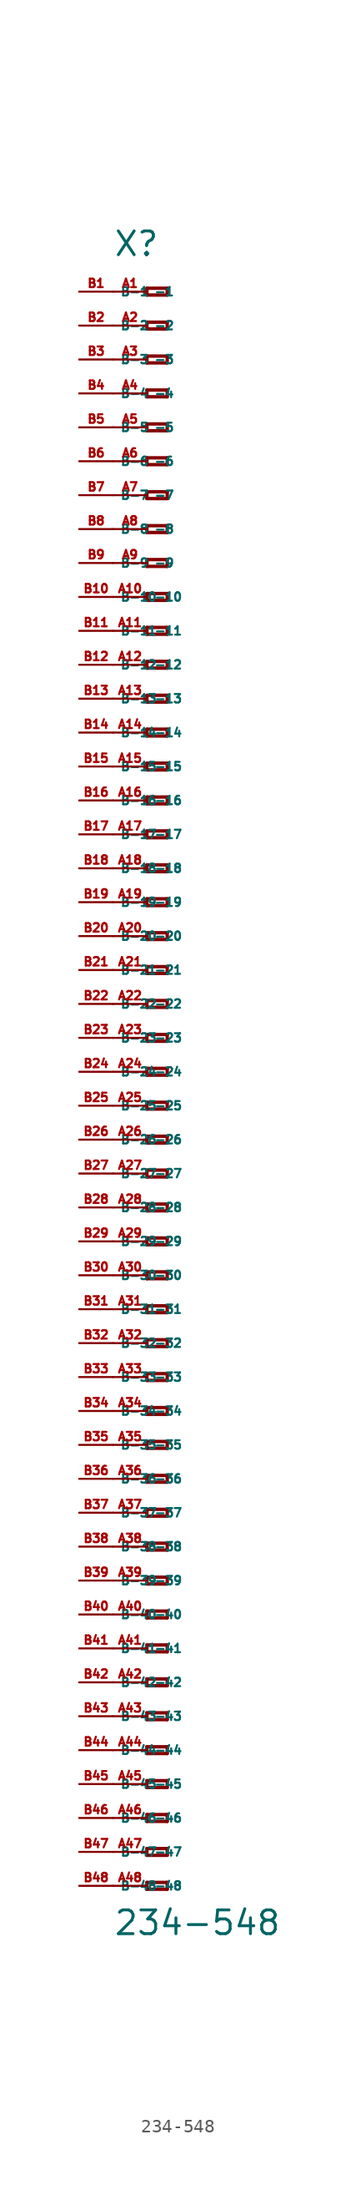
<source format=kicad_sym>
(kicad_symbol_lib
  (version 20220914)
  (generator Eagle2Kicad)
  (symbol "234-548"
    (property "Reference" "X"
      (at -5.08 60.96 0)
      (effects (font (size 1.778 1.778) (thickness 0.22)) (justify left bottom)))
    (property "Value" "234-548"
      (at -5.08 -64.77 0)
      (effects (font (size 1.778 1.778) (thickness 0.22)) (justify left bottom)))
    (polyline
      (pts (xy -2.54 58.674) (xy -2.54 58.166))
      (stroke (width 0.254) (type default))
      (fill (type none)))
    (polyline
      (pts (xy -2.54 58.166) (xy -1.016 58.166))
      (stroke (width 0.254) (type default))
      (fill (type none)))
    (polyline
      (pts (xy -1.016 58.166) (xy -1.016 58.674))
      (stroke (width 0.254) (type default))
      (fill (type none)))
    (polyline
      (pts (xy -1.016 58.674) (xy -2.54 58.674))
      (stroke (width 0.254) (type default))
      (fill (type none)))
    (polyline
      (pts (xy -2.54 56.134) (xy -2.54 55.626))
      (stroke (width 0.254) (type default))
      (fill (type none)))
    (polyline
      (pts (xy -2.54 55.626) (xy -1.016 55.626))
      (stroke (width 0.254) (type default))
      (fill (type none)))
    (polyline
      (pts (xy -1.016 55.626) (xy -1.016 56.134))
      (stroke (width 0.254) (type default))
      (fill (type none)))
    (polyline
      (pts (xy -1.016 56.134) (xy -2.54 56.134))
      (stroke (width 0.254) (type default))
      (fill (type none)))
    (polyline
      (pts (xy -2.54 53.594) (xy -2.54 53.086))
      (stroke (width 0.254) (type default))
      (fill (type none)))
    (polyline
      (pts (xy -2.54 53.086) (xy -1.016 53.086))
      (stroke (width 0.254) (type default))
      (fill (type none)))
    (polyline
      (pts (xy -1.016 53.086) (xy -1.016 53.594))
      (stroke (width 0.254) (type default))
      (fill (type none)))
    (polyline
      (pts (xy -1.016 53.594) (xy -2.54 53.594))
      (stroke (width 0.254) (type default))
      (fill (type none)))
    (polyline
      (pts (xy -2.54 51.054) (xy -2.54 50.546))
      (stroke (width 0.254) (type default))
      (fill (type none)))
    (polyline
      (pts (xy -2.54 50.546) (xy -1.016 50.546))
      (stroke (width 0.254) (type default))
      (fill (type none)))
    (polyline
      (pts (xy -1.016 50.546) (xy -1.016 51.054))
      (stroke (width 0.254) (type default))
      (fill (type none)))
    (polyline
      (pts (xy -1.016 51.054) (xy -2.54 51.054))
      (stroke (width 0.254) (type default))
      (fill (type none)))
    (polyline
      (pts (xy -2.54 48.514) (xy -2.54 48.006))
      (stroke (width 0.254) (type default))
      (fill (type none)))
    (polyline
      (pts (xy -2.54 48.006) (xy -1.016 48.006))
      (stroke (width 0.254) (type default))
      (fill (type none)))
    (polyline
      (pts (xy -1.016 48.006) (xy -1.016 48.514))
      (stroke (width 0.254) (type default))
      (fill (type none)))
    (polyline
      (pts (xy -1.016 48.514) (xy -2.54 48.514))
      (stroke (width 0.254) (type default))
      (fill (type none)))
    (polyline
      (pts (xy -2.54 45.974) (xy -2.54 45.466))
      (stroke (width 0.254) (type default))
      (fill (type none)))
    (polyline
      (pts (xy -2.54 45.466) (xy -1.016 45.466))
      (stroke (width 0.254) (type default))
      (fill (type none)))
    (polyline
      (pts (xy -1.016 45.466) (xy -1.016 45.974))
      (stroke (width 0.254) (type default))
      (fill (type none)))
    (polyline
      (pts (xy -1.016 45.974) (xy -2.54 45.974))
      (stroke (width 0.254) (type default))
      (fill (type none)))
    (polyline
      (pts (xy -2.54 43.434) (xy -2.54 42.926))
      (stroke (width 0.254) (type default))
      (fill (type none)))
    (polyline
      (pts (xy -2.54 42.926) (xy -1.016 42.926))
      (stroke (width 0.254) (type default))
      (fill (type none)))
    (polyline
      (pts (xy -1.016 42.926) (xy -1.016 43.434))
      (stroke (width 0.254) (type default))
      (fill (type none)))
    (polyline
      (pts (xy -1.016 43.434) (xy -2.54 43.434))
      (stroke (width 0.254) (type default))
      (fill (type none)))
    (polyline
      (pts (xy -2.54 40.894) (xy -2.54 40.386))
      (stroke (width 0.254) (type default))
      (fill (type none)))
    (polyline
      (pts (xy -2.54 40.386) (xy -1.016 40.386))
      (stroke (width 0.254) (type default))
      (fill (type none)))
    (polyline
      (pts (xy -1.016 40.386) (xy -1.016 40.894))
      (stroke (width 0.254) (type default))
      (fill (type none)))
    (polyline
      (pts (xy -1.016 40.894) (xy -2.54 40.894))
      (stroke (width 0.254) (type default))
      (fill (type none)))
    (polyline
      (pts (xy -2.54 38.354) (xy -2.54 37.846))
      (stroke (width 0.254) (type default))
      (fill (type none)))
    (polyline
      (pts (xy -2.54 37.846) (xy -1.016 37.846))
      (stroke (width 0.254) (type default))
      (fill (type none)))
    (polyline
      (pts (xy -1.016 37.846) (xy -1.016 38.354))
      (stroke (width 0.254) (type default))
      (fill (type none)))
    (polyline
      (pts (xy -1.016 38.354) (xy -2.54 38.354))
      (stroke (width 0.254) (type default))
      (fill (type none)))
    (polyline
      (pts (xy -2.54 35.814) (xy -2.54 35.306))
      (stroke (width 0.254) (type default))
      (fill (type none)))
    (polyline
      (pts (xy -2.54 35.306) (xy -1.016 35.306))
      (stroke (width 0.254) (type default))
      (fill (type none)))
    (polyline
      (pts (xy -1.016 35.306) (xy -1.016 35.814))
      (stroke (width 0.254) (type default))
      (fill (type none)))
    (polyline
      (pts (xy -1.016 35.814) (xy -2.54 35.814))
      (stroke (width 0.254) (type default))
      (fill (type none)))
    (polyline
      (pts (xy -2.54 33.274) (xy -2.54 32.766))
      (stroke (width 0.254) (type default))
      (fill (type none)))
    (polyline
      (pts (xy -2.54 32.766) (xy -1.016 32.766))
      (stroke (width 0.254) (type default))
      (fill (type none)))
    (polyline
      (pts (xy -1.016 32.766) (xy -1.016 33.274))
      (stroke (width 0.254) (type default))
      (fill (type none)))
    (polyline
      (pts (xy -1.016 33.274) (xy -2.54 33.274))
      (stroke (width 0.254) (type default))
      (fill (type none)))
    (polyline
      (pts (xy -2.54 30.734) (xy -2.54 30.226))
      (stroke (width 0.254) (type default))
      (fill (type none)))
    (polyline
      (pts (xy -2.54 30.226) (xy -1.016 30.226))
      (stroke (width 0.254) (type default))
      (fill (type none)))
    (polyline
      (pts (xy -1.016 30.226) (xy -1.016 30.734))
      (stroke (width 0.254) (type default))
      (fill (type none)))
    (polyline
      (pts (xy -1.016 30.734) (xy -2.54 30.734))
      (stroke (width 0.254) (type default))
      (fill (type none)))
    (polyline
      (pts (xy -2.54 28.194) (xy -2.54 27.686))
      (stroke (width 0.254) (type default))
      (fill (type none)))
    (polyline
      (pts (xy -2.54 27.686) (xy -1.016 27.686))
      (stroke (width 0.254) (type default))
      (fill (type none)))
    (polyline
      (pts (xy -1.016 27.686) (xy -1.016 28.194))
      (stroke (width 0.254) (type default))
      (fill (type none)))
    (polyline
      (pts (xy -1.016 28.194) (xy -2.54 28.194))
      (stroke (width 0.254) (type default))
      (fill (type none)))
    (polyline
      (pts (xy -2.54 25.654) (xy -2.54 25.146))
      (stroke (width 0.254) (type default))
      (fill (type none)))
    (polyline
      (pts (xy -2.54 25.146) (xy -1.016 25.146))
      (stroke (width 0.254) (type default))
      (fill (type none)))
    (polyline
      (pts (xy -1.016 25.146) (xy -1.016 25.654))
      (stroke (width 0.254) (type default))
      (fill (type none)))
    (polyline
      (pts (xy -1.016 25.654) (xy -2.54 25.654))
      (stroke (width 0.254) (type default))
      (fill (type none)))
    (polyline
      (pts (xy -2.54 23.114) (xy -2.54 22.606))
      (stroke (width 0.254) (type default))
      (fill (type none)))
    (polyline
      (pts (xy -2.54 22.606) (xy -1.016 22.606))
      (stroke (width 0.254) (type default))
      (fill (type none)))
    (polyline
      (pts (xy -1.016 22.606) (xy -1.016 23.114))
      (stroke (width 0.254) (type default))
      (fill (type none)))
    (polyline
      (pts (xy -1.016 23.114) (xy -2.54 23.114))
      (stroke (width 0.254) (type default))
      (fill (type none)))
    (polyline
      (pts (xy -2.54 20.574) (xy -2.54 20.066))
      (stroke (width 0.254) (type default))
      (fill (type none)))
    (polyline
      (pts (xy -2.54 20.066) (xy -1.016 20.066))
      (stroke (width 0.254) (type default))
      (fill (type none)))
    (polyline
      (pts (xy -1.016 20.066) (xy -1.016 20.574))
      (stroke (width 0.254) (type default))
      (fill (type none)))
    (polyline
      (pts (xy -1.016 20.574) (xy -2.54 20.574))
      (stroke (width 0.254) (type default))
      (fill (type none)))
    (polyline
      (pts (xy -2.54 18.034) (xy -2.54 17.526))
      (stroke (width 0.254) (type default))
      (fill (type none)))
    (polyline
      (pts (xy -2.54 17.526) (xy -1.016 17.526))
      (stroke (width 0.254) (type default))
      (fill (type none)))
    (polyline
      (pts (xy -1.016 17.526) (xy -1.016 18.034))
      (stroke (width 0.254) (type default))
      (fill (type none)))
    (polyline
      (pts (xy -1.016 18.034) (xy -2.54 18.034))
      (stroke (width 0.254) (type default))
      (fill (type none)))
    (polyline
      (pts (xy -2.54 15.494) (xy -2.54 14.986))
      (stroke (width 0.254) (type default))
      (fill (type none)))
    (polyline
      (pts (xy -2.54 14.986) (xy -1.016 14.986))
      (stroke (width 0.254) (type default))
      (fill (type none)))
    (polyline
      (pts (xy -1.016 14.986) (xy -1.016 15.494))
      (stroke (width 0.254) (type default))
      (fill (type none)))
    (polyline
      (pts (xy -1.016 15.494) (xy -2.54 15.494))
      (stroke (width 0.254) (type default))
      (fill (type none)))
    (polyline
      (pts (xy -2.54 12.954) (xy -2.54 12.446))
      (stroke (width 0.254) (type default))
      (fill (type none)))
    (polyline
      (pts (xy -2.54 12.446) (xy -1.016 12.446))
      (stroke (width 0.254) (type default))
      (fill (type none)))
    (polyline
      (pts (xy -1.016 12.446) (xy -1.016 12.954))
      (stroke (width 0.254) (type default))
      (fill (type none)))
    (polyline
      (pts (xy -1.016 12.954) (xy -2.54 12.954))
      (stroke (width 0.254) (type default))
      (fill (type none)))
    (polyline
      (pts (xy -2.54 10.414) (xy -2.54 9.906))
      (stroke (width 0.254) (type default))
      (fill (type none)))
    (polyline
      (pts (xy -2.54 9.906) (xy -1.016 9.906))
      (stroke (width 0.254) (type default))
      (fill (type none)))
    (polyline
      (pts (xy -1.016 9.906) (xy -1.016 10.414))
      (stroke (width 0.254) (type default))
      (fill (type none)))
    (polyline
      (pts (xy -1.016 10.414) (xy -2.54 10.414))
      (stroke (width 0.254) (type default))
      (fill (type none)))
    (polyline
      (pts (xy -2.54 7.874) (xy -2.54 7.366))
      (stroke (width 0.254) (type default))
      (fill (type none)))
    (polyline
      (pts (xy -2.54 7.366) (xy -1.016 7.366))
      (stroke (width 0.254) (type default))
      (fill (type none)))
    (polyline
      (pts (xy -1.016 7.366) (xy -1.016 7.874))
      (stroke (width 0.254) (type default))
      (fill (type none)))
    (polyline
      (pts (xy -1.016 7.874) (xy -2.54 7.874))
      (stroke (width 0.254) (type default))
      (fill (type none)))
    (polyline
      (pts (xy -2.54 5.334) (xy -2.54 4.826))
      (stroke (width 0.254) (type default))
      (fill (type none)))
    (polyline
      (pts (xy -2.54 4.826) (xy -1.016 4.826))
      (stroke (width 0.254) (type default))
      (fill (type none)))
    (polyline
      (pts (xy -1.016 4.826) (xy -1.016 5.334))
      (stroke (width 0.254) (type default))
      (fill (type none)))
    (polyline
      (pts (xy -1.016 5.334) (xy -2.54 5.334))
      (stroke (width 0.254) (type default))
      (fill (type none)))
    (polyline
      (pts (xy -2.54 2.794) (xy -2.54 2.286))
      (stroke (width 0.254) (type default))
      (fill (type none)))
    (polyline
      (pts (xy -2.54 2.286) (xy -1.016 2.286))
      (stroke (width 0.254) (type default))
      (fill (type none)))
    (polyline
      (pts (xy -1.016 2.286) (xy -1.016 2.794))
      (stroke (width 0.254) (type default))
      (fill (type none)))
    (polyline
      (pts (xy -1.016 2.794) (xy -2.54 2.794))
      (stroke (width 0.254) (type default))
      (fill (type none)))
    (polyline
      (pts (xy -2.54 0.254) (xy -2.54 -0.254))
      (stroke (width 0.254) (type default))
      (fill (type none)))
    (polyline
      (pts (xy -2.54 -0.254) (xy -1.016 -0.254))
      (stroke (width 0.254) (type default))
      (fill (type none)))
    (polyline
      (pts (xy -1.016 -0.254) (xy -1.016 0.254))
      (stroke (width 0.254) (type default))
      (fill (type none)))
    (polyline
      (pts (xy -1.016 0.254) (xy -2.54 0.254))
      (stroke (width 0.254) (type default))
      (fill (type none)))
    (polyline
      (pts (xy -2.54 -2.286) (xy -2.54 -2.794))
      (stroke (width 0.254) (type default))
      (fill (type none)))
    (polyline
      (pts (xy -2.54 -2.794) (xy -1.016 -2.794))
      (stroke (width 0.254) (type default))
      (fill (type none)))
    (polyline
      (pts (xy -1.016 -2.794) (xy -1.016 -2.286))
      (stroke (width 0.254) (type default))
      (fill (type none)))
    (polyline
      (pts (xy -1.016 -2.286) (xy -2.54 -2.286))
      (stroke (width 0.254) (type default))
      (fill (type none)))
    (polyline
      (pts (xy -2.54 -4.826) (xy -2.54 -5.334))
      (stroke (width 0.254) (type default))
      (fill (type none)))
    (polyline
      (pts (xy -2.54 -5.334) (xy -1.016 -5.334))
      (stroke (width 0.254) (type default))
      (fill (type none)))
    (polyline
      (pts (xy -1.016 -5.334) (xy -1.016 -4.826))
      (stroke (width 0.254) (type default))
      (fill (type none)))
    (polyline
      (pts (xy -1.016 -4.826) (xy -2.54 -4.826))
      (stroke (width 0.254) (type default))
      (fill (type none)))
    (polyline
      (pts (xy -2.54 -7.366) (xy -2.54 -7.874))
      (stroke (width 0.254) (type default))
      (fill (type none)))
    (polyline
      (pts (xy -2.54 -7.874) (xy -1.016 -7.874))
      (stroke (width 0.254) (type default))
      (fill (type none)))
    (polyline
      (pts (xy -1.016 -7.874) (xy -1.016 -7.366))
      (stroke (width 0.254) (type default))
      (fill (type none)))
    (polyline
      (pts (xy -1.016 -7.366) (xy -2.54 -7.366))
      (stroke (width 0.254) (type default))
      (fill (type none)))
    (polyline
      (pts (xy -2.54 -9.906) (xy -2.54 -10.414))
      (stroke (width 0.254) (type default))
      (fill (type none)))
    (polyline
      (pts (xy -2.54 -10.414) (xy -1.016 -10.414))
      (stroke (width 0.254) (type default))
      (fill (type none)))
    (polyline
      (pts (xy -1.016 -10.414) (xy -1.016 -9.906))
      (stroke (width 0.254) (type default))
      (fill (type none)))
    (polyline
      (pts (xy -1.016 -9.906) (xy -2.54 -9.906))
      (stroke (width 0.254) (type default))
      (fill (type none)))
    (polyline
      (pts (xy -2.54 -12.446) (xy -2.54 -12.954))
      (stroke (width 0.254) (type default))
      (fill (type none)))
    (polyline
      (pts (xy -2.54 -12.954) (xy -1.016 -12.954))
      (stroke (width 0.254) (type default))
      (fill (type none)))
    (polyline
      (pts (xy -1.016 -12.954) (xy -1.016 -12.446))
      (stroke (width 0.254) (type default))
      (fill (type none)))
    (polyline
      (pts (xy -1.016 -12.446) (xy -2.54 -12.446))
      (stroke (width 0.254) (type default))
      (fill (type none)))
    (polyline
      (pts (xy -2.54 -14.986) (xy -2.54 -15.494))
      (stroke (width 0.254) (type default))
      (fill (type none)))
    (polyline
      (pts (xy -2.54 -15.494) (xy -1.016 -15.494))
      (stroke (width 0.254) (type default))
      (fill (type none)))
    (polyline
      (pts (xy -1.016 -15.494) (xy -1.016 -14.986))
      (stroke (width 0.254) (type default))
      (fill (type none)))
    (polyline
      (pts (xy -1.016 -14.986) (xy -2.54 -14.986))
      (stroke (width 0.254) (type default))
      (fill (type none)))
    (polyline
      (pts (xy -2.54 -17.526) (xy -2.54 -18.034))
      (stroke (width 0.254) (type default))
      (fill (type none)))
    (polyline
      (pts (xy -2.54 -18.034) (xy -1.016 -18.034))
      (stroke (width 0.254) (type default))
      (fill (type none)))
    (polyline
      (pts (xy -1.016 -18.034) (xy -1.016 -17.526))
      (stroke (width 0.254) (type default))
      (fill (type none)))
    (polyline
      (pts (xy -1.016 -17.526) (xy -2.54 -17.526))
      (stroke (width 0.254) (type default))
      (fill (type none)))
    (polyline
      (pts (xy -2.54 -20.066) (xy -2.54 -20.574))
      (stroke (width 0.254) (type default))
      (fill (type none)))
    (polyline
      (pts (xy -2.54 -20.574) (xy -1.016 -20.574))
      (stroke (width 0.254) (type default))
      (fill (type none)))
    (polyline
      (pts (xy -1.016 -20.574) (xy -1.016 -20.066))
      (stroke (width 0.254) (type default))
      (fill (type none)))
    (polyline
      (pts (xy -1.016 -20.066) (xy -2.54 -20.066))
      (stroke (width 0.254) (type default))
      (fill (type none)))
    (polyline
      (pts (xy -2.54 -22.606) (xy -2.54 -23.114))
      (stroke (width 0.254) (type default))
      (fill (type none)))
    (polyline
      (pts (xy -2.54 -23.114) (xy -1.016 -23.114))
      (stroke (width 0.254) (type default))
      (fill (type none)))
    (polyline
      (pts (xy -1.016 -23.114) (xy -1.016 -22.606))
      (stroke (width 0.254) (type default))
      (fill (type none)))
    (polyline
      (pts (xy -1.016 -22.606) (xy -2.54 -22.606))
      (stroke (width 0.254) (type default))
      (fill (type none)))
    (polyline
      (pts (xy -2.54 -25.146) (xy -2.54 -25.654))
      (stroke (width 0.254) (type default))
      (fill (type none)))
    (polyline
      (pts (xy -2.54 -25.654) (xy -1.016 -25.654))
      (stroke (width 0.254) (type default))
      (fill (type none)))
    (polyline
      (pts (xy -1.016 -25.654) (xy -1.016 -25.146))
      (stroke (width 0.254) (type default))
      (fill (type none)))
    (polyline
      (pts (xy -1.016 -25.146) (xy -2.54 -25.146))
      (stroke (width 0.254) (type default))
      (fill (type none)))
    (polyline
      (pts (xy -2.54 -27.686) (xy -2.54 -28.194))
      (stroke (width 0.254) (type default))
      (fill (type none)))
    (polyline
      (pts (xy -2.54 -28.194) (xy -1.016 -28.194))
      (stroke (width 0.254) (type default))
      (fill (type none)))
    (polyline
      (pts (xy -1.016 -28.194) (xy -1.016 -27.686))
      (stroke (width 0.254) (type default))
      (fill (type none)))
    (polyline
      (pts (xy -1.016 -27.686) (xy -2.54 -27.686))
      (stroke (width 0.254) (type default))
      (fill (type none)))
    (polyline
      (pts (xy -2.54 -30.226) (xy -2.54 -30.734))
      (stroke (width 0.254) (type default))
      (fill (type none)))
    (polyline
      (pts (xy -2.54 -30.734) (xy -1.016 -30.734))
      (stroke (width 0.254) (type default))
      (fill (type none)))
    (polyline
      (pts (xy -1.016 -30.734) (xy -1.016 -30.226))
      (stroke (width 0.254) (type default))
      (fill (type none)))
    (polyline
      (pts (xy -1.016 -30.226) (xy -2.54 -30.226))
      (stroke (width 0.254) (type default))
      (fill (type none)))
    (polyline
      (pts (xy -2.54 -32.766) (xy -2.54 -33.274))
      (stroke (width 0.254) (type default))
      (fill (type none)))
    (polyline
      (pts (xy -2.54 -33.274) (xy -1.016 -33.274))
      (stroke (width 0.254) (type default))
      (fill (type none)))
    (polyline
      (pts (xy -1.016 -33.274) (xy -1.016 -32.766))
      (stroke (width 0.254) (type default))
      (fill (type none)))
    (polyline
      (pts (xy -1.016 -32.766) (xy -2.54 -32.766))
      (stroke (width 0.254) (type default))
      (fill (type none)))
    (polyline
      (pts (xy -2.54 -35.306) (xy -2.54 -35.814))
      (stroke (width 0.254) (type default))
      (fill (type none)))
    (polyline
      (pts (xy -2.54 -35.814) (xy -1.016 -35.814))
      (stroke (width 0.254) (type default))
      (fill (type none)))
    (polyline
      (pts (xy -1.016 -35.814) (xy -1.016 -35.306))
      (stroke (width 0.254) (type default))
      (fill (type none)))
    (polyline
      (pts (xy -1.016 -35.306) (xy -2.54 -35.306))
      (stroke (width 0.254) (type default))
      (fill (type none)))
    (polyline
      (pts (xy -2.54 -37.846) (xy -2.54 -38.354))
      (stroke (width 0.254) (type default))
      (fill (type none)))
    (polyline
      (pts (xy -2.54 -38.354) (xy -1.016 -38.354))
      (stroke (width 0.254) (type default))
      (fill (type none)))
    (polyline
      (pts (xy -1.016 -38.354) (xy -1.016 -37.846))
      (stroke (width 0.254) (type default))
      (fill (type none)))
    (polyline
      (pts (xy -1.016 -37.846) (xy -2.54 -37.846))
      (stroke (width 0.254) (type default))
      (fill (type none)))
    (polyline
      (pts (xy -2.54 -40.386) (xy -2.54 -40.894))
      (stroke (width 0.254) (type default))
      (fill (type none)))
    (polyline
      (pts (xy -2.54 -40.894) (xy -1.016 -40.894))
      (stroke (width 0.254) (type default))
      (fill (type none)))
    (polyline
      (pts (xy -1.016 -40.894) (xy -1.016 -40.386))
      (stroke (width 0.254) (type default))
      (fill (type none)))
    (polyline
      (pts (xy -1.016 -40.386) (xy -2.54 -40.386))
      (stroke (width 0.254) (type default))
      (fill (type none)))
    (polyline
      (pts (xy -2.54 -42.926) (xy -2.54 -43.434))
      (stroke (width 0.254) (type default))
      (fill (type none)))
    (polyline
      (pts (xy -2.54 -43.434) (xy -1.016 -43.434))
      (stroke (width 0.254) (type default))
      (fill (type none)))
    (polyline
      (pts (xy -1.016 -43.434) (xy -1.016 -42.926))
      (stroke (width 0.254) (type default))
      (fill (type none)))
    (polyline
      (pts (xy -1.016 -42.926) (xy -2.54 -42.926))
      (stroke (width 0.254) (type default))
      (fill (type none)))
    (polyline
      (pts (xy -2.54 -45.466) (xy -2.54 -45.974))
      (stroke (width 0.254) (type default))
      (fill (type none)))
    (polyline
      (pts (xy -2.54 -45.974) (xy -1.016 -45.974))
      (stroke (width 0.254) (type default))
      (fill (type none)))
    (polyline
      (pts (xy -1.016 -45.974) (xy -1.016 -45.466))
      (stroke (width 0.254) (type default))
      (fill (type none)))
    (polyline
      (pts (xy -1.016 -45.466) (xy -2.54 -45.466))
      (stroke (width 0.254) (type default))
      (fill (type none)))
    (polyline
      (pts (xy -2.54 -48.006) (xy -2.54 -48.514))
      (stroke (width 0.254) (type default))
      (fill (type none)))
    (polyline
      (pts (xy -2.54 -48.514) (xy -1.016 -48.514))
      (stroke (width 0.254) (type default))
      (fill (type none)))
    (polyline
      (pts (xy -1.016 -48.514) (xy -1.016 -48.006))
      (stroke (width 0.254) (type default))
      (fill (type none)))
    (polyline
      (pts (xy -1.016 -48.006) (xy -2.54 -48.006))
      (stroke (width 0.254) (type default))
      (fill (type none)))
    (polyline
      (pts (xy -2.54 -50.546) (xy -2.54 -51.054))
      (stroke (width 0.254) (type default))
      (fill (type none)))
    (polyline
      (pts (xy -2.54 -51.054) (xy -1.016 -51.054))
      (stroke (width 0.254) (type default))
      (fill (type none)))
    (polyline
      (pts (xy -1.016 -51.054) (xy -1.016 -50.546))
      (stroke (width 0.254) (type default))
      (fill (type none)))
    (polyline
      (pts (xy -1.016 -50.546) (xy -2.54 -50.546))
      (stroke (width 0.254) (type default))
      (fill (type none)))
    (polyline
      (pts (xy -2.54 -53.086) (xy -2.54 -53.594))
      (stroke (width 0.254) (type default))
      (fill (type none)))
    (polyline
      (pts (xy -2.54 -53.594) (xy -1.016 -53.594))
      (stroke (width 0.254) (type default))
      (fill (type none)))
    (polyline
      (pts (xy -1.016 -53.594) (xy -1.016 -53.086))
      (stroke (width 0.254) (type default))
      (fill (type none)))
    (polyline
      (pts (xy -1.016 -53.086) (xy -2.54 -53.086))
      (stroke (width 0.254) (type default))
      (fill (type none)))
    (polyline
      (pts (xy -2.54 -55.626) (xy -2.54 -56.134))
      (stroke (width 0.254) (type default))
      (fill (type none)))
    (polyline
      (pts (xy -2.54 -56.134) (xy -1.016 -56.134))
      (stroke (width 0.254) (type default))
      (fill (type none)))
    (polyline
      (pts (xy -1.016 -56.134) (xy -1.016 -55.626))
      (stroke (width 0.254) (type default))
      (fill (type none)))
    (polyline
      (pts (xy -1.016 -55.626) (xy -2.54 -55.626))
      (stroke (width 0.254) (type default))
      (fill (type none)))
    (polyline
      (pts (xy -2.54 -58.166) (xy -2.54 -58.674))
      (stroke (width 0.254) (type default))
      (fill (type none)))
    (polyline
      (pts (xy -2.54 -58.674) (xy -1.016 -58.674))
      (stroke (width 0.254) (type default))
      (fill (type none)))
    (polyline
      (pts (xy -1.016 -58.674) (xy -1.016 -58.166))
      (stroke (width 0.254) (type default))
      (fill (type none)))
    (polyline
      (pts (xy -1.016 -58.166) (xy -2.54 -58.166))
      (stroke (width 0.254) (type default))
      (fill (type none)))
    (polyline
      (pts (xy -2.54 -60.706) (xy -2.54 -61.214))
      (stroke (width 0.254) (type default))
      (fill (type none)))
    (polyline
      (pts (xy -2.54 -61.214) (xy -1.016 -61.214))
      (stroke (width 0.254) (type default))
      (fill (type none)))
    (polyline
      (pts (xy -1.016 -61.214) (xy -1.016 -60.706))
      (stroke (width 0.254) (type default))
      (fill (type none)))
    (polyline
      (pts (xy -1.016 -60.706) (xy -2.54 -60.706))
      (stroke (width 0.254) (type default))
      (fill (type none)))
    (pin passive line
      (at -5.08 58.42 0)
      (length 2.54)
      (name "-1" (effects (font (size 0.635 0.635) (thickness 0.08)) (justify left bottom)))
      (number "A1" (effects (font (size 0.635 0.635) (thickness 0.08)) (justify left bottom))))
    (pin passive line
      (at -5.08 55.88 0)
      (length 2.54)
      (name "-2" (effects (font (size 0.635 0.635) (thickness 0.08)) (justify left bottom)))
      (number "A2" (effects (font (size 0.635 0.635) (thickness 0.08)) (justify left bottom))))
    (pin passive line
      (at -5.08 53.34 0)
      (length 2.54)
      (name "-3" (effects (font (size 0.635 0.635) (thickness 0.08)) (justify left bottom)))
      (number "A3" (effects (font (size 0.635 0.635) (thickness 0.08)) (justify left bottom))))
    (pin passive line
      (at -5.08 50.8 0)
      (length 2.54)
      (name "-4" (effects (font (size 0.635 0.635) (thickness 0.08)) (justify left bottom)))
      (number "A4" (effects (font (size 0.635 0.635) (thickness 0.08)) (justify left bottom))))
    (pin passive line
      (at -5.08 48.26 0)
      (length 2.54)
      (name "-5" (effects (font (size 0.635 0.635) (thickness 0.08)) (justify left bottom)))
      (number "A5" (effects (font (size 0.635 0.635) (thickness 0.08)) (justify left bottom))))
    (pin passive line
      (at -5.08 45.72 0)
      (length 2.54)
      (name "-6" (effects (font (size 0.635 0.635) (thickness 0.08)) (justify left bottom)))
      (number "A6" (effects (font (size 0.635 0.635) (thickness 0.08)) (justify left bottom))))
    (pin passive line
      (at -5.08 43.18 0)
      (length 2.54)
      (name "-7" (effects (font (size 0.635 0.635) (thickness 0.08)) (justify left bottom)))
      (number "A7" (effects (font (size 0.635 0.635) (thickness 0.08)) (justify left bottom))))
    (pin passive line
      (at -5.08 40.64 0)
      (length 2.54)
      (name "-8" (effects (font (size 0.635 0.635) (thickness 0.08)) (justify left bottom)))
      (number "A8" (effects (font (size 0.635 0.635) (thickness 0.08)) (justify left bottom))))
    (pin passive line
      (at -5.08 38.1 0)
      (length 2.54)
      (name "-9" (effects (font (size 0.635 0.635) (thickness 0.08)) (justify left bottom)))
      (number "A9" (effects (font (size 0.635 0.635) (thickness 0.08)) (justify left bottom))))
    (pin passive line
      (at -5.08 35.56 0)
      (length 2.54)
      (name "-10" (effects (font (size 0.635 0.635) (thickness 0.08)) (justify left bottom)))
      (number "A10" (effects (font (size 0.635 0.635) (thickness 0.08)) (justify left bottom))))
    (pin passive line
      (at -5.08 33.02 0)
      (length 2.54)
      (name "-11" (effects (font (size 0.635 0.635) (thickness 0.08)) (justify left bottom)))
      (number "A11" (effects (font (size 0.635 0.635) (thickness 0.08)) (justify left bottom))))
    (pin passive line
      (at -5.08 30.48 0)
      (length 2.54)
      (name "-12" (effects (font (size 0.635 0.635) (thickness 0.08)) (justify left bottom)))
      (number "A12" (effects (font (size 0.635 0.635) (thickness 0.08)) (justify left bottom))))
    (pin passive line
      (at -5.08 27.94 0)
      (length 2.54)
      (name "-13" (effects (font (size 0.635 0.635) (thickness 0.08)) (justify left bottom)))
      (number "A13" (effects (font (size 0.635 0.635) (thickness 0.08)) (justify left bottom))))
    (pin passive line
      (at -5.08 25.4 0)
      (length 2.54)
      (name "-14" (effects (font (size 0.635 0.635) (thickness 0.08)) (justify left bottom)))
      (number "A14" (effects (font (size 0.635 0.635) (thickness 0.08)) (justify left bottom))))
    (pin passive line
      (at -5.08 22.86 0)
      (length 2.54)
      (name "-15" (effects (font (size 0.635 0.635) (thickness 0.08)) (justify left bottom)))
      (number "A15" (effects (font (size 0.635 0.635) (thickness 0.08)) (justify left bottom))))
    (pin passive line
      (at -5.08 20.32 0)
      (length 2.54)
      (name "-16" (effects (font (size 0.635 0.635) (thickness 0.08)) (justify left bottom)))
      (number "A16" (effects (font (size 0.635 0.635) (thickness 0.08)) (justify left bottom))))
    (pin passive line
      (at -5.08 17.78 0)
      (length 2.54)
      (name "-17" (effects (font (size 0.635 0.635) (thickness 0.08)) (justify left bottom)))
      (number "A17" (effects (font (size 0.635 0.635) (thickness 0.08)) (justify left bottom))))
    (pin passive line
      (at -5.08 15.24 0)
      (length 2.54)
      (name "-18" (effects (font (size 0.635 0.635) (thickness 0.08)) (justify left bottom)))
      (number "A18" (effects (font (size 0.635 0.635) (thickness 0.08)) (justify left bottom))))
    (pin passive line
      (at -5.08 12.7 0)
      (length 2.54)
      (name "-19" (effects (font (size 0.635 0.635) (thickness 0.08)) (justify left bottom)))
      (number "A19" (effects (font (size 0.635 0.635) (thickness 0.08)) (justify left bottom))))
    (pin passive line
      (at -5.08 10.16 0)
      (length 2.54)
      (name "-20" (effects (font (size 0.635 0.635) (thickness 0.08)) (justify left bottom)))
      (number "A20" (effects (font (size 0.635 0.635) (thickness 0.08)) (justify left bottom))))
    (pin passive line
      (at -5.08 7.62 0)
      (length 2.54)
      (name "-21" (effects (font (size 0.635 0.635) (thickness 0.08)) (justify left bottom)))
      (number "A21" (effects (font (size 0.635 0.635) (thickness 0.08)) (justify left bottom))))
    (pin passive line
      (at -5.08 5.08 0)
      (length 2.54)
      (name "-22" (effects (font (size 0.635 0.635) (thickness 0.08)) (justify left bottom)))
      (number "A22" (effects (font (size 0.635 0.635) (thickness 0.08)) (justify left bottom))))
    (pin passive line
      (at -5.08 2.54 0)
      (length 2.54)
      (name "-23" (effects (font (size 0.635 0.635) (thickness 0.08)) (justify left bottom)))
      (number "A23" (effects (font (size 0.635 0.635) (thickness 0.08)) (justify left bottom))))
    (pin passive line
      (at -5.08 0 0)
      (length 2.54)
      (name "-24" (effects (font (size 0.635 0.635) (thickness 0.08)) (justify left bottom)))
      (number "A24" (effects (font (size 0.635 0.635) (thickness 0.08)) (justify left bottom))))
    (pin passive line
      (at -5.08 -2.54 0)
      (length 2.54)
      (name "-25" (effects (font (size 0.635 0.635) (thickness 0.08)) (justify left bottom)))
      (number "A25" (effects (font (size 0.635 0.635) (thickness 0.08)) (justify left bottom))))
    (pin passive line
      (at -5.08 -5.08 0)
      (length 2.54)
      (name "-26" (effects (font (size 0.635 0.635) (thickness 0.08)) (justify left bottom)))
      (number "A26" (effects (font (size 0.635 0.635) (thickness 0.08)) (justify left bottom))))
    (pin passive line
      (at -5.08 -7.62 0)
      (length 2.54)
      (name "-27" (effects (font (size 0.635 0.635) (thickness 0.08)) (justify left bottom)))
      (number "A27" (effects (font (size 0.635 0.635) (thickness 0.08)) (justify left bottom))))
    (pin passive line
      (at -5.08 -10.16 0)
      (length 2.54)
      (name "-28" (effects (font (size 0.635 0.635) (thickness 0.08)) (justify left bottom)))
      (number "A28" (effects (font (size 0.635 0.635) (thickness 0.08)) (justify left bottom))))
    (pin passive line
      (at -5.08 -12.7 0)
      (length 2.54)
      (name "-29" (effects (font (size 0.635 0.635) (thickness 0.08)) (justify left bottom)))
      (number "A29" (effects (font (size 0.635 0.635) (thickness 0.08)) (justify left bottom))))
    (pin passive line
      (at -5.08 -15.24 0)
      (length 2.54)
      (name "-30" (effects (font (size 0.635 0.635) (thickness 0.08)) (justify left bottom)))
      (number "A30" (effects (font (size 0.635 0.635) (thickness 0.08)) (justify left bottom))))
    (pin passive line
      (at -5.08 -17.78 0)
      (length 2.54)
      (name "-31" (effects (font (size 0.635 0.635) (thickness 0.08)) (justify left bottom)))
      (number "A31" (effects (font (size 0.635 0.635) (thickness 0.08)) (justify left bottom))))
    (pin passive line
      (at -5.08 -20.32 0)
      (length 2.54)
      (name "-32" (effects (font (size 0.635 0.635) (thickness 0.08)) (justify left bottom)))
      (number "A32" (effects (font (size 0.635 0.635) (thickness 0.08)) (justify left bottom))))
    (pin passive line
      (at -5.08 -22.86 0)
      (length 2.54)
      (name "-33" (effects (font (size 0.635 0.635) (thickness 0.08)) (justify left bottom)))
      (number "A33" (effects (font (size 0.635 0.635) (thickness 0.08)) (justify left bottom))))
    (pin passive line
      (at -5.08 -25.4 0)
      (length 2.54)
      (name "-34" (effects (font (size 0.635 0.635) (thickness 0.08)) (justify left bottom)))
      (number "A34" (effects (font (size 0.635 0.635) (thickness 0.08)) (justify left bottom))))
    (pin passive line
      (at -5.08 -27.94 0)
      (length 2.54)
      (name "-35" (effects (font (size 0.635 0.635) (thickness 0.08)) (justify left bottom)))
      (number "A35" (effects (font (size 0.635 0.635) (thickness 0.08)) (justify left bottom))))
    (pin passive line
      (at -5.08 -30.48 0)
      (length 2.54)
      (name "-36" (effects (font (size 0.635 0.635) (thickness 0.08)) (justify left bottom)))
      (number "A36" (effects (font (size 0.635 0.635) (thickness 0.08)) (justify left bottom))))
    (pin passive line
      (at -5.08 -33.02 0)
      (length 2.54)
      (name "-37" (effects (font (size 0.635 0.635) (thickness 0.08)) (justify left bottom)))
      (number "A37" (effects (font (size 0.635 0.635) (thickness 0.08)) (justify left bottom))))
    (pin passive line
      (at -5.08 -35.56 0)
      (length 2.54)
      (name "-38" (effects (font (size 0.635 0.635) (thickness 0.08)) (justify left bottom)))
      (number "A38" (effects (font (size 0.635 0.635) (thickness 0.08)) (justify left bottom))))
    (pin passive line
      (at -5.08 -38.1 0)
      (length 2.54)
      (name "-39" (effects (font (size 0.635 0.635) (thickness 0.08)) (justify left bottom)))
      (number "A39" (effects (font (size 0.635 0.635) (thickness 0.08)) (justify left bottom))))
    (pin passive line
      (at -5.08 -40.64 0)
      (length 2.54)
      (name "-40" (effects (font (size 0.635 0.635) (thickness 0.08)) (justify left bottom)))
      (number "A40" (effects (font (size 0.635 0.635) (thickness 0.08)) (justify left bottom))))
    (pin passive line
      (at -5.08 -43.18 0)
      (length 2.54)
      (name "-41" (effects (font (size 0.635 0.635) (thickness 0.08)) (justify left bottom)))
      (number "A41" (effects (font (size 0.635 0.635) (thickness 0.08)) (justify left bottom))))
    (pin passive line
      (at -5.08 -45.72 0)
      (length 2.54)
      (name "-42" (effects (font (size 0.635 0.635) (thickness 0.08)) (justify left bottom)))
      (number "A42" (effects (font (size 0.635 0.635) (thickness 0.08)) (justify left bottom))))
    (pin passive line
      (at -5.08 -48.26 0)
      (length 2.54)
      (name "-43" (effects (font (size 0.635 0.635) (thickness 0.08)) (justify left bottom)))
      (number "A43" (effects (font (size 0.635 0.635) (thickness 0.08)) (justify left bottom))))
    (pin passive line
      (at -5.08 -50.8 0)
      (length 2.54)
      (name "-44" (effects (font (size 0.635 0.635) (thickness 0.08)) (justify left bottom)))
      (number "A44" (effects (font (size 0.635 0.635) (thickness 0.08)) (justify left bottom))))
    (pin passive line
      (at -5.08 -53.34 0)
      (length 2.54)
      (name "-45" (effects (font (size 0.635 0.635) (thickness 0.08)) (justify left bottom)))
      (number "A45" (effects (font (size 0.635 0.635) (thickness 0.08)) (justify left bottom))))
    (pin passive line
      (at -5.08 -55.88 0)
      (length 2.54)
      (name "-46" (effects (font (size 0.635 0.635) (thickness 0.08)) (justify left bottom)))
      (number "A46" (effects (font (size 0.635 0.635) (thickness 0.08)) (justify left bottom))))
    (pin passive line
      (at -5.08 -58.42 0)
      (length 2.54)
      (name "-47" (effects (font (size 0.635 0.635) (thickness 0.08)) (justify left bottom)))
      (number "A47" (effects (font (size 0.635 0.635) (thickness 0.08)) (justify left bottom))))
    (pin passive line
      (at -5.08 -60.96 0)
      (length 2.54)
      (name "-48" (effects (font (size 0.635 0.635) (thickness 0.08)) (justify left bottom)))
      (number "A48" (effects (font (size 0.635 0.635) (thickness 0.08)) (justify left bottom))))
    (pin passive line
      (at -7.62 -60.96 0)
      (length 2.54)
      (name "B-48" (effects (font (size 0.635 0.635) (thickness 0.08)) (justify left bottom)))
      (number "B48" (effects (font (size 0.635 0.635) (thickness 0.08)) (justify left bottom))))
    (pin passive line
      (at -7.62 58.42 0)
      (length 2.54)
      (name "B-1" (effects (font (size 0.635 0.635) (thickness 0.08)) (justify left bottom)))
      (number "B1" (effects (font (size 0.635 0.635) (thickness 0.08)) (justify left bottom))))
    (pin passive line
      (at -7.62 55.88 0)
      (length 2.54)
      (name "B-2" (effects (font (size 0.635 0.635) (thickness 0.08)) (justify left bottom)))
      (number "B2" (effects (font (size 0.635 0.635) (thickness 0.08)) (justify left bottom))))
    (pin passive line
      (at -7.62 53.34 0)
      (length 2.54)
      (name "B-3" (effects (font (size 0.635 0.635) (thickness 0.08)) (justify left bottom)))
      (number "B3" (effects (font (size 0.635 0.635) (thickness 0.08)) (justify left bottom))))
    (pin passive line
      (at -7.62 50.8 0)
      (length 2.54)
      (name "B-4" (effects (font (size 0.635 0.635) (thickness 0.08)) (justify left bottom)))
      (number "B4" (effects (font (size 0.635 0.635) (thickness 0.08)) (justify left bottom))))
    (pin passive line
      (at -7.62 48.26 0)
      (length 2.54)
      (name "B-5" (effects (font (size 0.635 0.635) (thickness 0.08)) (justify left bottom)))
      (number "B5" (effects (font (size 0.635 0.635) (thickness 0.08)) (justify left bottom))))
    (pin passive line
      (at -7.62 45.72 0)
      (length 2.54)
      (name "B-6" (effects (font (size 0.635 0.635) (thickness 0.08)) (justify left bottom)))
      (number "B6" (effects (font (size 0.635 0.635) (thickness 0.08)) (justify left bottom))))
    (pin passive line
      (at -7.62 43.18 0)
      (length 2.54)
      (name "B-7" (effects (font (size 0.635 0.635) (thickness 0.08)) (justify left bottom)))
      (number "B7" (effects (font (size 0.635 0.635) (thickness 0.08)) (justify left bottom))))
    (pin passive line
      (at -7.62 40.64 0)
      (length 2.54)
      (name "B-8" (effects (font (size 0.635 0.635) (thickness 0.08)) (justify left bottom)))
      (number "B8" (effects (font (size 0.635 0.635) (thickness 0.08)) (justify left bottom))))
    (pin passive line
      (at -7.62 38.1 0)
      (length 2.54)
      (name "B-9" (effects (font (size 0.635 0.635) (thickness 0.08)) (justify left bottom)))
      (number "B9" (effects (font (size 0.635 0.635) (thickness 0.08)) (justify left bottom))))
    (pin passive line
      (at -7.62 35.56 0)
      (length 2.54)
      (name "B-10" (effects (font (size 0.635 0.635) (thickness 0.08)) (justify left bottom)))
      (number "B10" (effects (font (size 0.635 0.635) (thickness 0.08)) (justify left bottom))))
    (pin passive line
      (at -7.62 33.02 0)
      (length 2.54)
      (name "B-11" (effects (font (size 0.635 0.635) (thickness 0.08)) (justify left bottom)))
      (number "B11" (effects (font (size 0.635 0.635) (thickness 0.08)) (justify left bottom))))
    (pin passive line
      (at -7.62 30.48 0)
      (length 2.54)
      (name "B-12" (effects (font (size 0.635 0.635) (thickness 0.08)) (justify left bottom)))
      (number "B12" (effects (font (size 0.635 0.635) (thickness 0.08)) (justify left bottom))))
    (pin passive line
      (at -7.62 27.94 0)
      (length 2.54)
      (name "B-13" (effects (font (size 0.635 0.635) (thickness 0.08)) (justify left bottom)))
      (number "B13" (effects (font (size 0.635 0.635) (thickness 0.08)) (justify left bottom))))
    (pin passive line
      (at -7.62 25.4 0)
      (length 2.54)
      (name "B-14" (effects (font (size 0.635 0.635) (thickness 0.08)) (justify left bottom)))
      (number "B14" (effects (font (size 0.635 0.635) (thickness 0.08)) (justify left bottom))))
    (pin passive line
      (at -7.62 22.86 0)
      (length 2.54)
      (name "B-15" (effects (font (size 0.635 0.635) (thickness 0.08)) (justify left bottom)))
      (number "B15" (effects (font (size 0.635 0.635) (thickness 0.08)) (justify left bottom))))
    (pin passive line
      (at -7.62 20.32 0)
      (length 2.54)
      (name "B-16" (effects (font (size 0.635 0.635) (thickness 0.08)) (justify left bottom)))
      (number "B16" (effects (font (size 0.635 0.635) (thickness 0.08)) (justify left bottom))))
    (pin passive line
      (at -7.62 17.78 0)
      (length 2.54)
      (name "B-17" (effects (font (size 0.635 0.635) (thickness 0.08)) (justify left bottom)))
      (number "B17" (effects (font (size 0.635 0.635) (thickness 0.08)) (justify left bottom))))
    (pin passive line
      (at -7.62 15.24 0)
      (length 2.54)
      (name "B-18" (effects (font (size 0.635 0.635) (thickness 0.08)) (justify left bottom)))
      (number "B18" (effects (font (size 0.635 0.635) (thickness 0.08)) (justify left bottom))))
    (pin passive line
      (at -7.62 12.7 0)
      (length 2.54)
      (name "B-19" (effects (font (size 0.635 0.635) (thickness 0.08)) (justify left bottom)))
      (number "B19" (effects (font (size 0.635 0.635) (thickness 0.08)) (justify left bottom))))
    (pin passive line
      (at -7.62 10.16 0)
      (length 2.54)
      (name "B-20" (effects (font (size 0.635 0.635) (thickness 0.08)) (justify left bottom)))
      (number "B20" (effects (font (size 0.635 0.635) (thickness 0.08)) (justify left bottom))))
    (pin passive line
      (at -7.62 7.62 0)
      (length 2.54)
      (name "B-21" (effects (font (size 0.635 0.635) (thickness 0.08)) (justify left bottom)))
      (number "B21" (effects (font (size 0.635 0.635) (thickness 0.08)) (justify left bottom))))
    (pin passive line
      (at -7.62 5.08 0)
      (length 2.54)
      (name "B-22" (effects (font (size 0.635 0.635) (thickness 0.08)) (justify left bottom)))
      (number "B22" (effects (font (size 0.635 0.635) (thickness 0.08)) (justify left bottom))))
    (pin passive line
      (at -7.62 2.54 0)
      (length 2.54)
      (name "B-23" (effects (font (size 0.635 0.635) (thickness 0.08)) (justify left bottom)))
      (number "B23" (effects (font (size 0.635 0.635) (thickness 0.08)) (justify left bottom))))
    (pin passive line
      (at -7.62 0 0)
      (length 2.54)
      (name "B-24" (effects (font (size 0.635 0.635) (thickness 0.08)) (justify left bottom)))
      (number "B24" (effects (font (size 0.635 0.635) (thickness 0.08)) (justify left bottom))))
    (pin passive line
      (at -7.62 -2.54 0)
      (length 2.54)
      (name "B-25" (effects (font (size 0.635 0.635) (thickness 0.08)) (justify left bottom)))
      (number "B25" (effects (font (size 0.635 0.635) (thickness 0.08)) (justify left bottom))))
    (pin passive line
      (at -7.62 -5.08 0)
      (length 2.54)
      (name "B-26" (effects (font (size 0.635 0.635) (thickness 0.08)) (justify left bottom)))
      (number "B26" (effects (font (size 0.635 0.635) (thickness 0.08)) (justify left bottom))))
    (pin passive line
      (at -7.62 -7.62 0)
      (length 2.54)
      (name "B-27" (effects (font (size 0.635 0.635) (thickness 0.08)) (justify left bottom)))
      (number "B27" (effects (font (size 0.635 0.635) (thickness 0.08)) (justify left bottom))))
    (pin passive line
      (at -7.62 -10.16 0)
      (length 2.54)
      (name "B-28" (effects (font (size 0.635 0.635) (thickness 0.08)) (justify left bottom)))
      (number "B28" (effects (font (size 0.635 0.635) (thickness 0.08)) (justify left bottom))))
    (pin passive line
      (at -7.62 -12.7 0)
      (length 2.54)
      (name "B-29" (effects (font (size 0.635 0.635) (thickness 0.08)) (justify left bottom)))
      (number "B29" (effects (font (size 0.635 0.635) (thickness 0.08)) (justify left bottom))))
    (pin passive line
      (at -7.62 -15.24 0)
      (length 2.54)
      (name "B-30" (effects (font (size 0.635 0.635) (thickness 0.08)) (justify left bottom)))
      (number "B30" (effects (font (size 0.635 0.635) (thickness 0.08)) (justify left bottom))))
    (pin passive line
      (at -7.62 -17.78 0)
      (length 2.54)
      (name "B-31" (effects (font (size 0.635 0.635) (thickness 0.08)) (justify left bottom)))
      (number "B31" (effects (font (size 0.635 0.635) (thickness 0.08)) (justify left bottom))))
    (pin passive line
      (at -7.62 -20.32 0)
      (length 2.54)
      (name "B-32" (effects (font (size 0.635 0.635) (thickness 0.08)) (justify left bottom)))
      (number "B32" (effects (font (size 0.635 0.635) (thickness 0.08)) (justify left bottom))))
    (pin passive line
      (at -7.62 -22.86 0)
      (length 2.54)
      (name "B-33" (effects (font (size 0.635 0.635) (thickness 0.08)) (justify left bottom)))
      (number "B33" (effects (font (size 0.635 0.635) (thickness 0.08)) (justify left bottom))))
    (pin passive line
      (at -7.62 -25.4 0)
      (length 2.54)
      (name "B-34" (effects (font (size 0.635 0.635) (thickness 0.08)) (justify left bottom)))
      (number "B34" (effects (font (size 0.635 0.635) (thickness 0.08)) (justify left bottom))))
    (pin passive line
      (at -7.62 -27.94 0)
      (length 2.54)
      (name "B-35" (effects (font (size 0.635 0.635) (thickness 0.08)) (justify left bottom)))
      (number "B35" (effects (font (size 0.635 0.635) (thickness 0.08)) (justify left bottom))))
    (pin passive line
      (at -7.62 -30.48 0)
      (length 2.54)
      (name "B-36" (effects (font (size 0.635 0.635) (thickness 0.08)) (justify left bottom)))
      (number "B36" (effects (font (size 0.635 0.635) (thickness 0.08)) (justify left bottom))))
    (pin passive line
      (at -7.62 -33.02 0)
      (length 2.54)
      (name "B-37" (effects (font (size 0.635 0.635) (thickness 0.08)) (justify left bottom)))
      (number "B37" (effects (font (size 0.635 0.635) (thickness 0.08)) (justify left bottom))))
    (pin passive line
      (at -7.62 -35.56 0)
      (length 2.54)
      (name "B-38" (effects (font (size 0.635 0.635) (thickness 0.08)) (justify left bottom)))
      (number "B38" (effects (font (size 0.635 0.635) (thickness 0.08)) (justify left bottom))))
    (pin passive line
      (at -7.62 -38.1 0)
      (length 2.54)
      (name "B-39" (effects (font (size 0.635 0.635) (thickness 0.08)) (justify left bottom)))
      (number "B39" (effects (font (size 0.635 0.635) (thickness 0.08)) (justify left bottom))))
    (pin passive line
      (at -7.62 -40.64 0)
      (length 2.54)
      (name "B-40" (effects (font (size 0.635 0.635) (thickness 0.08)) (justify left bottom)))
      (number "B40" (effects (font (size 0.635 0.635) (thickness 0.08)) (justify left bottom))))
    (pin passive line
      (at -7.62 -43.18 0)
      (length 2.54)
      (name "B-41" (effects (font (size 0.635 0.635) (thickness 0.08)) (justify left bottom)))
      (number "B41" (effects (font (size 0.635 0.635) (thickness 0.08)) (justify left bottom))))
    (pin passive line
      (at -7.62 -45.72 0)
      (length 2.54)
      (name "B-42" (effects (font (size 0.635 0.635) (thickness 0.08)) (justify left bottom)))
      (number "B42" (effects (font (size 0.635 0.635) (thickness 0.08)) (justify left bottom))))
    (pin passive line
      (at -7.62 -48.26 0)
      (length 2.54)
      (name "B-43" (effects (font (size 0.635 0.635) (thickness 0.08)) (justify left bottom)))
      (number "B43" (effects (font (size 0.635 0.635) (thickness 0.08)) (justify left bottom))))
    (pin passive line
      (at -7.62 -50.8 0)
      (length 2.54)
      (name "B-44" (effects (font (size 0.635 0.635) (thickness 0.08)) (justify left bottom)))
      (number "B44" (effects (font (size 0.635 0.635) (thickness 0.08)) (justify left bottom))))
    (pin passive line
      (at -7.62 -53.34 0)
      (length 2.54)
      (name "B-45" (effects (font (size 0.635 0.635) (thickness 0.08)) (justify left bottom)))
      (number "B45" (effects (font (size 0.635 0.635) (thickness 0.08)) (justify left bottom))))
    (pin passive line
      (at -7.62 -55.88 0)
      (length 2.54)
      (name "B-46" (effects (font (size 0.635 0.635) (thickness 0.08)) (justify left bottom)))
      (number "B46" (effects (font (size 0.635 0.635) (thickness 0.08)) (justify left bottom))))
    (pin passive line
      (at -7.62 -58.42 0)
      (length 2.54)
      (name "B-47" (effects (font (size 0.635 0.635) (thickness 0.08)) (justify left bottom)))
      (number "B47" (effects (font (size 0.635 0.635) (thickness 0.08)) (justify left bottom))))))
</source>
